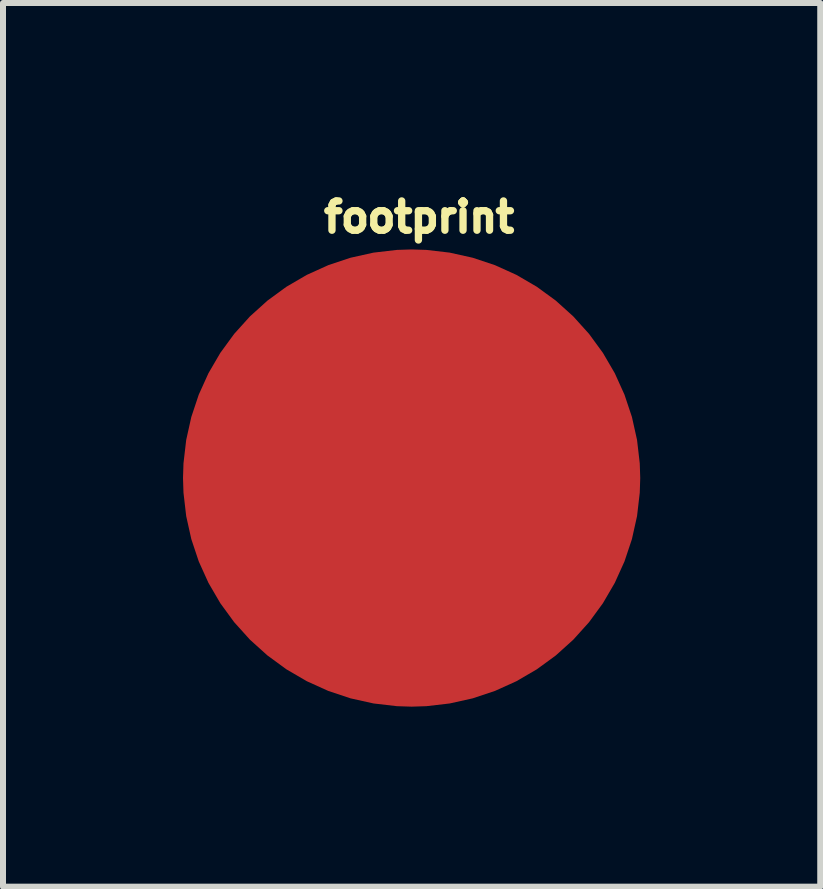
<source format=kicad_pcb>
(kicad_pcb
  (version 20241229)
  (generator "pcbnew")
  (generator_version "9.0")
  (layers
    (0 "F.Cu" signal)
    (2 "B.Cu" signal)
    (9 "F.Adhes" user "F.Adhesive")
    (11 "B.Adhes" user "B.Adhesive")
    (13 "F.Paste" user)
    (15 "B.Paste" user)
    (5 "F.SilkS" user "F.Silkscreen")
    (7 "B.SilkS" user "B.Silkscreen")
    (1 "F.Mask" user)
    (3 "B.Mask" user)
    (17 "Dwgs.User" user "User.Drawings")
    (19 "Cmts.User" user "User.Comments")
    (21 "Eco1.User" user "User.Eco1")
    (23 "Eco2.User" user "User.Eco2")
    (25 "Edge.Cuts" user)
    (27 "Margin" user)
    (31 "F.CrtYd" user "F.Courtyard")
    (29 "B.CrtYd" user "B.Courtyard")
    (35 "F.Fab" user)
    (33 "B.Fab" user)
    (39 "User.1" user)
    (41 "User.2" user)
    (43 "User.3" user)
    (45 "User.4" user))
  (footprint "footprint"
    (layer "F.Cu")
    (at 3.81 4.917)
    (property "Reference" "footprint" (at -1.524 -4.064 0) (layer "F.SilkS") (effects (font (size 0.488 0.488) (thickness 0.122)) (justify left bottom)))
    (pad "2" smd roundrect (at 0 0) (size 7.62 7.62) (layers "F.Cu" "F.Mask" "F.Paste") (roundrect_rratio 0.5)))
  (gr_rect
    (start -3 -3)
    (end 10.62 11.727)
    (stroke (width 0.1) (type default))
    (fill no)
    (layer "Edge.Cuts")))
</source>
